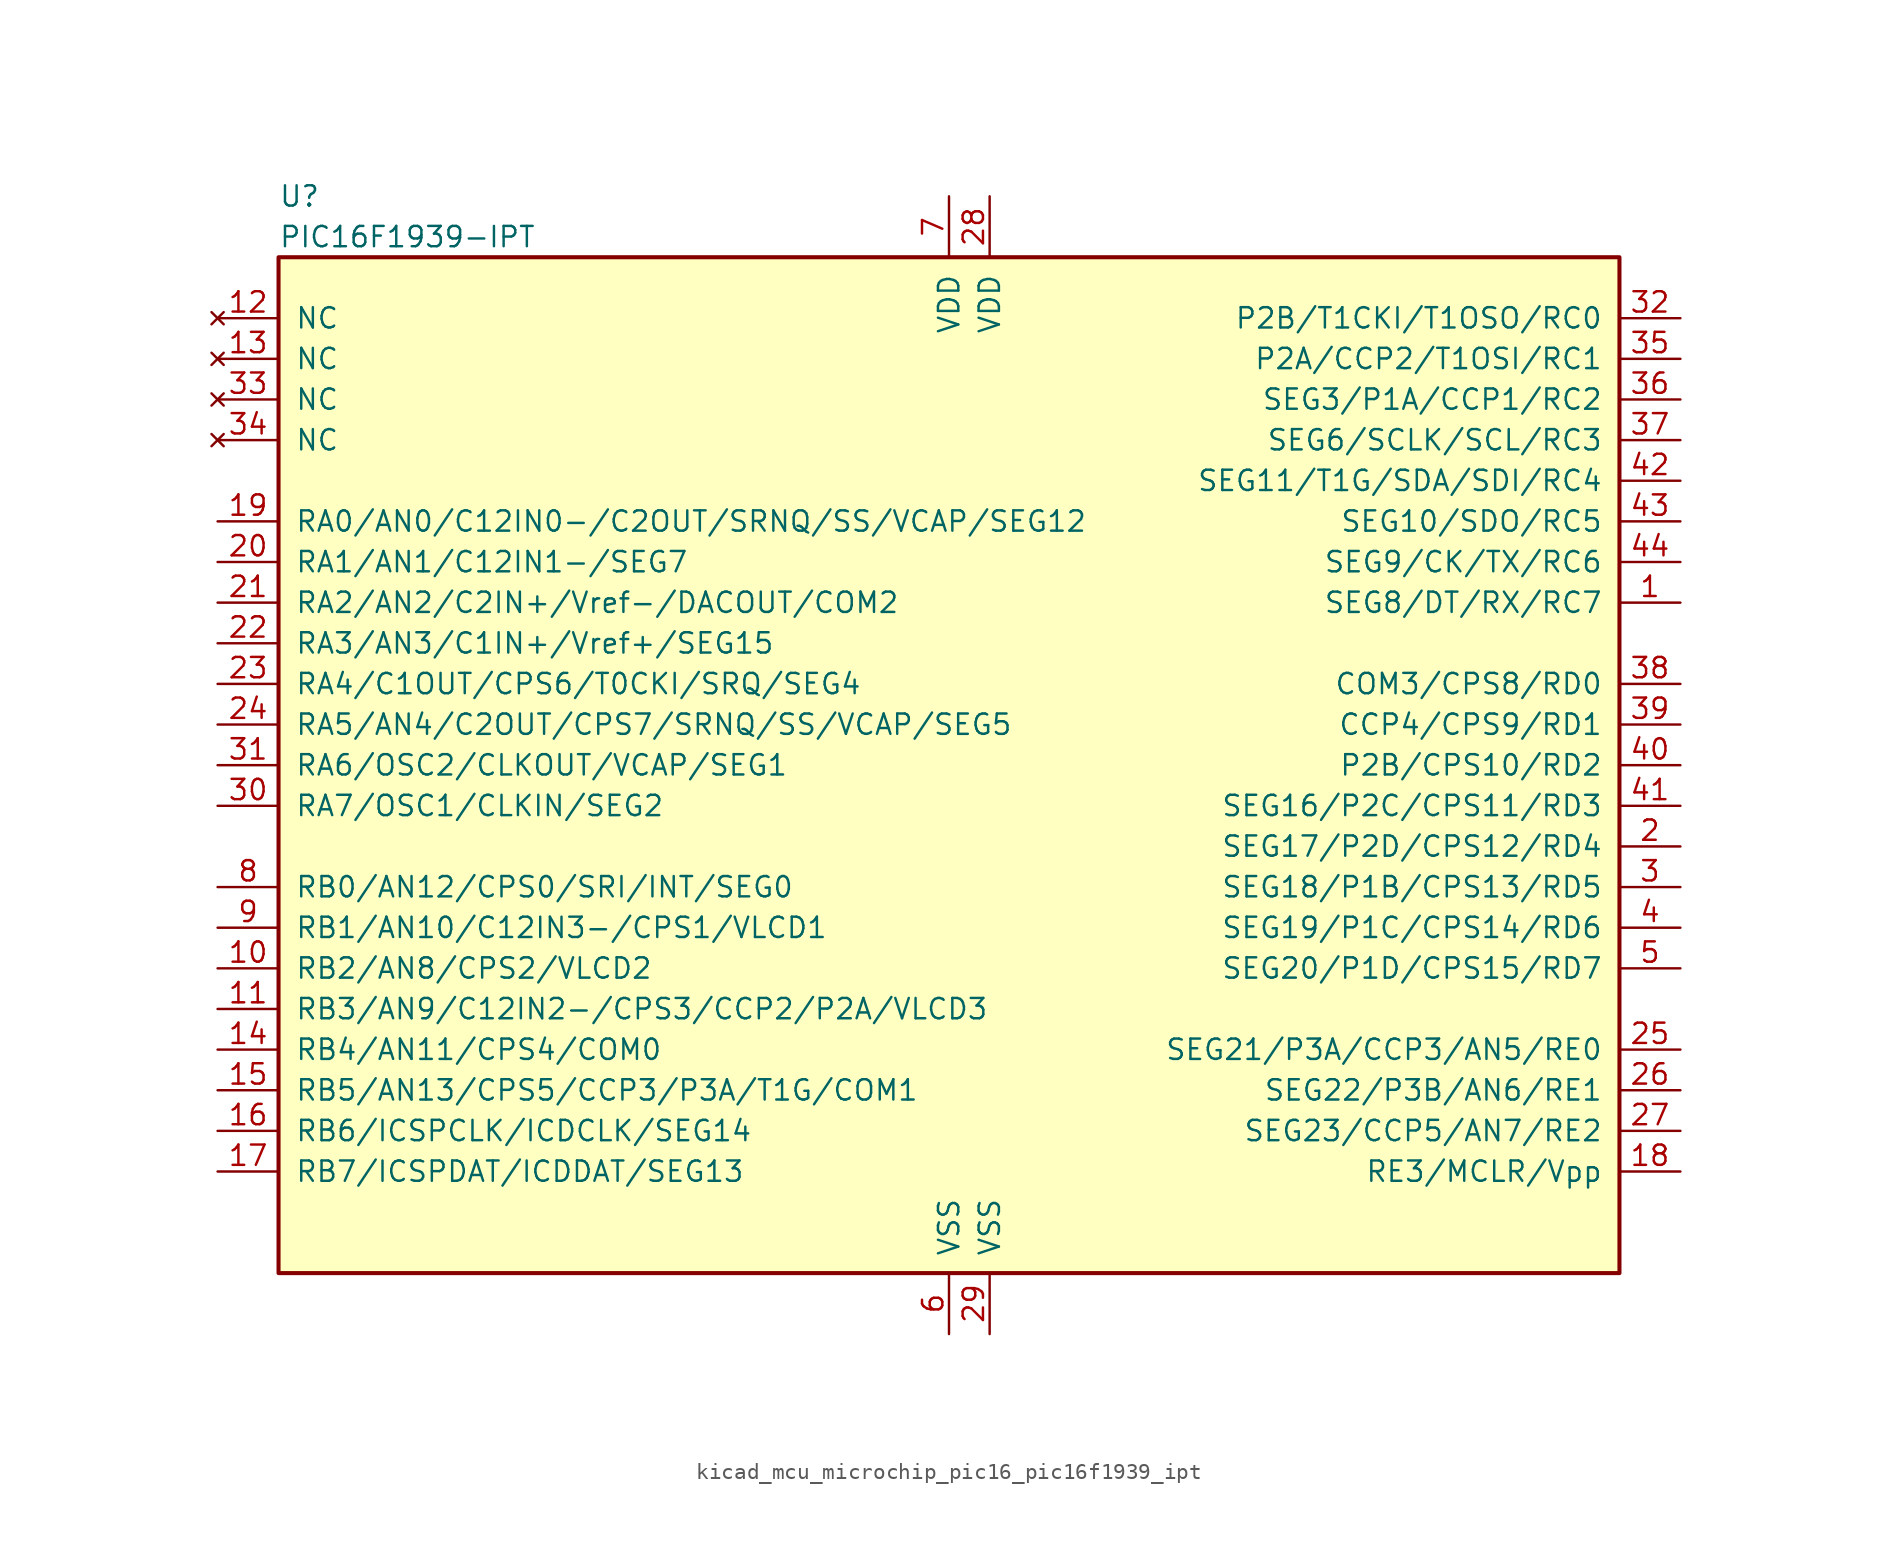
<source format=kicad_sym>
(kicad_symbol_lib
  (version 20220914)
  (generator kicad_symbol_editor)
  (symbol "kicad_mcu_microchip_pic16_pic16f1939_ipt"
    (pin_names
      (offset 1.016))
    (property "Reference" "U"
      (at -41.91 35.56 0)
      (effects (font (size 1.27 1.27)) (justify left)))
    (property "Value" "PIC16F1939-IPT"
      (at -41.91 33.02 0)
      (effects (font (size 1.27 1.27)) (justify left)))
    (symbol "kicad_mcu_microchip_pic16_pic16f1939_ipt_0_1"
      (rectangle (start -41.91 31.75) (end 41.91 -31.75) (stroke (width 0.254) (type default)) (fill (type background))))
    (symbol "kicad_mcu_microchip_pic16_pic16f1939_ipt_1_1"
      (pin bidirectional line (at 45.72 10.16 180) (length 3.81) (name "SEG8/DT/RX/RC7" (effects (font (size 1.27 1.27)))) (number "1" (effects (font (size 1.27 1.27)))))
      (pin bidirectional line (at -45.72 -12.7 0) (length 3.81) (name "RB2/AN8/CPS2/VLCD2" (effects (font (size 1.27 1.27)))) (number "10" (effects (font (size 1.27 1.27)))))
      (pin bidirectional line (at -45.72 -15.24 0) (length 3.81) (name "RB3/AN9/C12IN2-/CPS3/CCP2/P2A/VLCD3" (effects (font (size 1.27 1.27)))) (number "11" (effects (font (size 1.27 1.27)))))
      (pin no_connect line (at -45.72 27.94 0) (length 3.81) (name "NC" (effects (font (size 1.27 1.27)))) (number "12" (effects (font (size 1.27 1.27)))))
      (pin no_connect line (at -45.72 25.4 0) (length 3.81) (name "NC" (effects (font (size 1.27 1.27)))) (number "13" (effects (font (size 1.27 1.27)))))
      (pin bidirectional line (at -45.72 -17.78 0) (length 3.81) (name "RB4/AN11/CPS4/COM0" (effects (font (size 1.27 1.27)))) (number "14" (effects (font (size 1.27 1.27)))))
      (pin bidirectional line (at -45.72 -20.32 0) (length 3.81) (name "RB5/AN13/CPS5/CCP3/P3A/T1G/COM1" (effects (font (size 1.27 1.27)))) (number "15" (effects (font (size 1.27 1.27)))))
      (pin bidirectional line (at -45.72 -22.86 0) (length 3.81) (name "RB6/ICSPCLK/ICDCLK/SEG14" (effects (font (size 1.27 1.27)))) (number "16" (effects (font (size 1.27 1.27)))))
      (pin bidirectional line (at -45.72 -25.4 0) (length 3.81) (name "RB7/ICSPDAT/ICDDAT/SEG13" (effects (font (size 1.27 1.27)))) (number "17" (effects (font (size 1.27 1.27)))))
      (pin bidirectional line (at 45.72 -25.4 180) (length 3.81) (name "RE3/MCLR/Vpp" (effects (font (size 1.27 1.27)))) (number "18" (effects (font (size 1.27 1.27)))))
      (pin bidirectional line (at -45.72 15.24 0) (length 3.81) (name "RA0/AN0/C12IN0-/C2OUT/SRNQ/SS/VCAP/SEG12" (effects (font (size 1.27 1.27)))) (number "19" (effects (font (size 1.27 1.27)))))
      (pin bidirectional line (at 45.72 -5.08 180) (length 3.81) (name "SEG17/P2D/CPS12/RD4" (effects (font (size 1.27 1.27)))) (number "2" (effects (font (size 1.27 1.27)))))
      (pin bidirectional line (at -45.72 12.7 0) (length 3.81) (name "RA1/AN1/C12IN1-/SEG7" (effects (font (size 1.27 1.27)))) (number "20" (effects (font (size 1.27 1.27)))))
      (pin bidirectional line (at -45.72 10.16 0) (length 3.81) (name "RA2/AN2/C2IN+/Vref-/DACOUT/COM2" (effects (font (size 1.27 1.27)))) (number "21" (effects (font (size 1.27 1.27)))))
      (pin bidirectional line (at -45.72 7.62 0) (length 3.81) (name "RA3/AN3/C1IN+/Vref+/SEG15" (effects (font (size 1.27 1.27)))) (number "22" (effects (font (size 1.27 1.27)))))
      (pin bidirectional line (at -45.72 5.08 0) (length 3.81) (name "RA4/C1OUT/CPS6/T0CKI/SRQ/SEG4" (effects (font (size 1.27 1.27)))) (number "23" (effects (font (size 1.27 1.27)))))
      (pin bidirectional line (at -45.72 2.54 0) (length 3.81) (name "RA5/AN4/C2OUT/CPS7/SRNQ/SS/VCAP/SEG5" (effects (font (size 1.27 1.27)))) (number "24" (effects (font (size 1.27 1.27)))))
      (pin bidirectional line (at 45.72 -17.78 180) (length 3.81) (name "SEG21/P3A/CCP3/AN5/RE0" (effects (font (size 1.27 1.27)))) (number "25" (effects (font (size 1.27 1.27)))))
      (pin bidirectional line (at 45.72 -20.32 180) (length 3.81) (name "SEG22/P3B/AN6/RE1" (effects (font (size 1.27 1.27)))) (number "26" (effects (font (size 1.27 1.27)))))
      (pin bidirectional line (at 45.72 -22.86 180) (length 3.81) (name "SEG23/CCP5/AN7/RE2" (effects (font (size 1.27 1.27)))) (number "27" (effects (font (size 1.27 1.27)))))
      (pin power_in line (at 2.54 35.56 270) (length 3.81) (name "VDD" (effects (font (size 1.27 1.27)))) (number "28" (effects (font (size 1.27 1.27)))))
      (pin power_in line (at 2.54 -35.56 90) (length 3.81) (name "VSS" (effects (font (size 1.27 1.27)))) (number "29" (effects (font (size 1.27 1.27)))))
      (pin bidirectional line (at 45.72 -7.62 180) (length 3.81) (name "SEG18/P1B/CPS13/RD5" (effects (font (size 1.27 1.27)))) (number "3" (effects (font (size 1.27 1.27)))))
      (pin bidirectional line (at -45.72 -2.54 0) (length 3.81) (name "RA7/OSC1/CLKIN/SEG2" (effects (font (size 1.27 1.27)))) (number "30" (effects (font (size 1.27 1.27)))))
      (pin bidirectional line (at -45.72 0 0) (length 3.81) (name "RA6/OSC2/CLKOUT/VCAP/SEG1" (effects (font (size 1.27 1.27)))) (number "31" (effects (font (size 1.27 1.27)))))
      (pin bidirectional line (at 45.72 27.94 180) (length 3.81) (name "P2B/T1CKI/T1OSO/RC0" (effects (font (size 1.27 1.27)))) (number "32" (effects (font (size 1.27 1.27)))))
      (pin no_connect line (at -45.72 22.86 0) (length 3.81) (name "NC" (effects (font (size 1.27 1.27)))) (number "33" (effects (font (size 1.27 1.27)))))
      (pin no_connect line (at -45.72 20.32 0) (length 3.81) (name "NC" (effects (font (size 1.27 1.27)))) (number "34" (effects (font (size 1.27 1.27)))))
      (pin bidirectional line (at 45.72 25.4 180) (length 3.81) (name "P2A/CCP2/T1OSI/RC1" (effects (font (size 1.27 1.27)))) (number "35" (effects (font (size 1.27 1.27)))))
      (pin bidirectional line (at 45.72 22.86 180) (length 3.81) (name "SEG3/P1A/CCP1/RC2" (effects (font (size 1.27 1.27)))) (number "36" (effects (font (size 1.27 1.27)))))
      (pin bidirectional line (at 45.72 20.32 180) (length 3.81) (name "SEG6/SCLK/SCL/RC3" (effects (font (size 1.27 1.27)))) (number "37" (effects (font (size 1.27 1.27)))))
      (pin bidirectional line (at 45.72 5.08 180) (length 3.81) (name "COM3/CPS8/RD0" (effects (font (size 1.27 1.27)))) (number "38" (effects (font (size 1.27 1.27)))))
      (pin bidirectional line (at 45.72 2.54 180) (length 3.81) (name "CCP4/CPS9/RD1" (effects (font (size 1.27 1.27)))) (number "39" (effects (font (size 1.27 1.27)))))
      (pin bidirectional line (at 45.72 -10.16 180) (length 3.81) (name "SEG19/P1C/CPS14/RD6" (effects (font (size 1.27 1.27)))) (number "4" (effects (font (size 1.27 1.27)))))
      (pin bidirectional line (at 45.72 0 180) (length 3.81) (name "P2B/CPS10/RD2" (effects (font (size 1.27 1.27)))) (number "40" (effects (font (size 1.27 1.27)))))
      (pin bidirectional line (at 45.72 -2.54 180) (length 3.81) (name "SEG16/P2C/CPS11/RD3" (effects (font (size 1.27 1.27)))) (number "41" (effects (font (size 1.27 1.27)))))
      (pin bidirectional line (at 45.72 17.78 180) (length 3.81) (name "SEG11/T1G/SDA/SDI/RC4" (effects (font (size 1.27 1.27)))) (number "42" (effects (font (size 1.27 1.27)))))
      (pin bidirectional line (at 45.72 15.24 180) (length 3.81) (name "SEG10/SDO/RC5" (effects (font (size 1.27 1.27)))) (number "43" (effects (font (size 1.27 1.27)))))
      (pin bidirectional line (at 45.72 12.7 180) (length 3.81) (name "SEG9/CK/TX/RC6" (effects (font (size 1.27 1.27)))) (number "44" (effects (font (size 1.27 1.27)))))
      (pin bidirectional line (at 45.72 -12.7 180) (length 3.81) (name "SEG20/P1D/CPS15/RD7" (effects (font (size 1.27 1.27)))) (number "5" (effects (font (size 1.27 1.27)))))
      (pin bidirectional line (at 0 -35.56 90) (length 3.81) (name "VSS" (effects (font (size 1.27 1.27)))) (number "6" (effects (font (size 1.27 1.27)))))
      (pin bidirectional line (at 0 35.56 270) (length 3.81) (name "VDD" (effects (font (size 1.27 1.27)))) (number "7" (effects (font (size 1.27 1.27)))))
      (pin bidirectional line (at -45.72 -7.62 0) (length 3.81) (name "RB0/AN12/CPS0/SRI/INT/SEG0" (effects (font (size 1.27 1.27)))) (number "8" (effects (font (size 1.27 1.27)))))
      (pin bidirectional line (at -45.72 -10.16 0) (length 3.81) (name "RB1/AN10/C12IN3-/CPS1/VLCD1" (effects (font (size 1.27 1.27)))) (number "9" (effects (font (size 1.27 1.27))))))))
</source>
